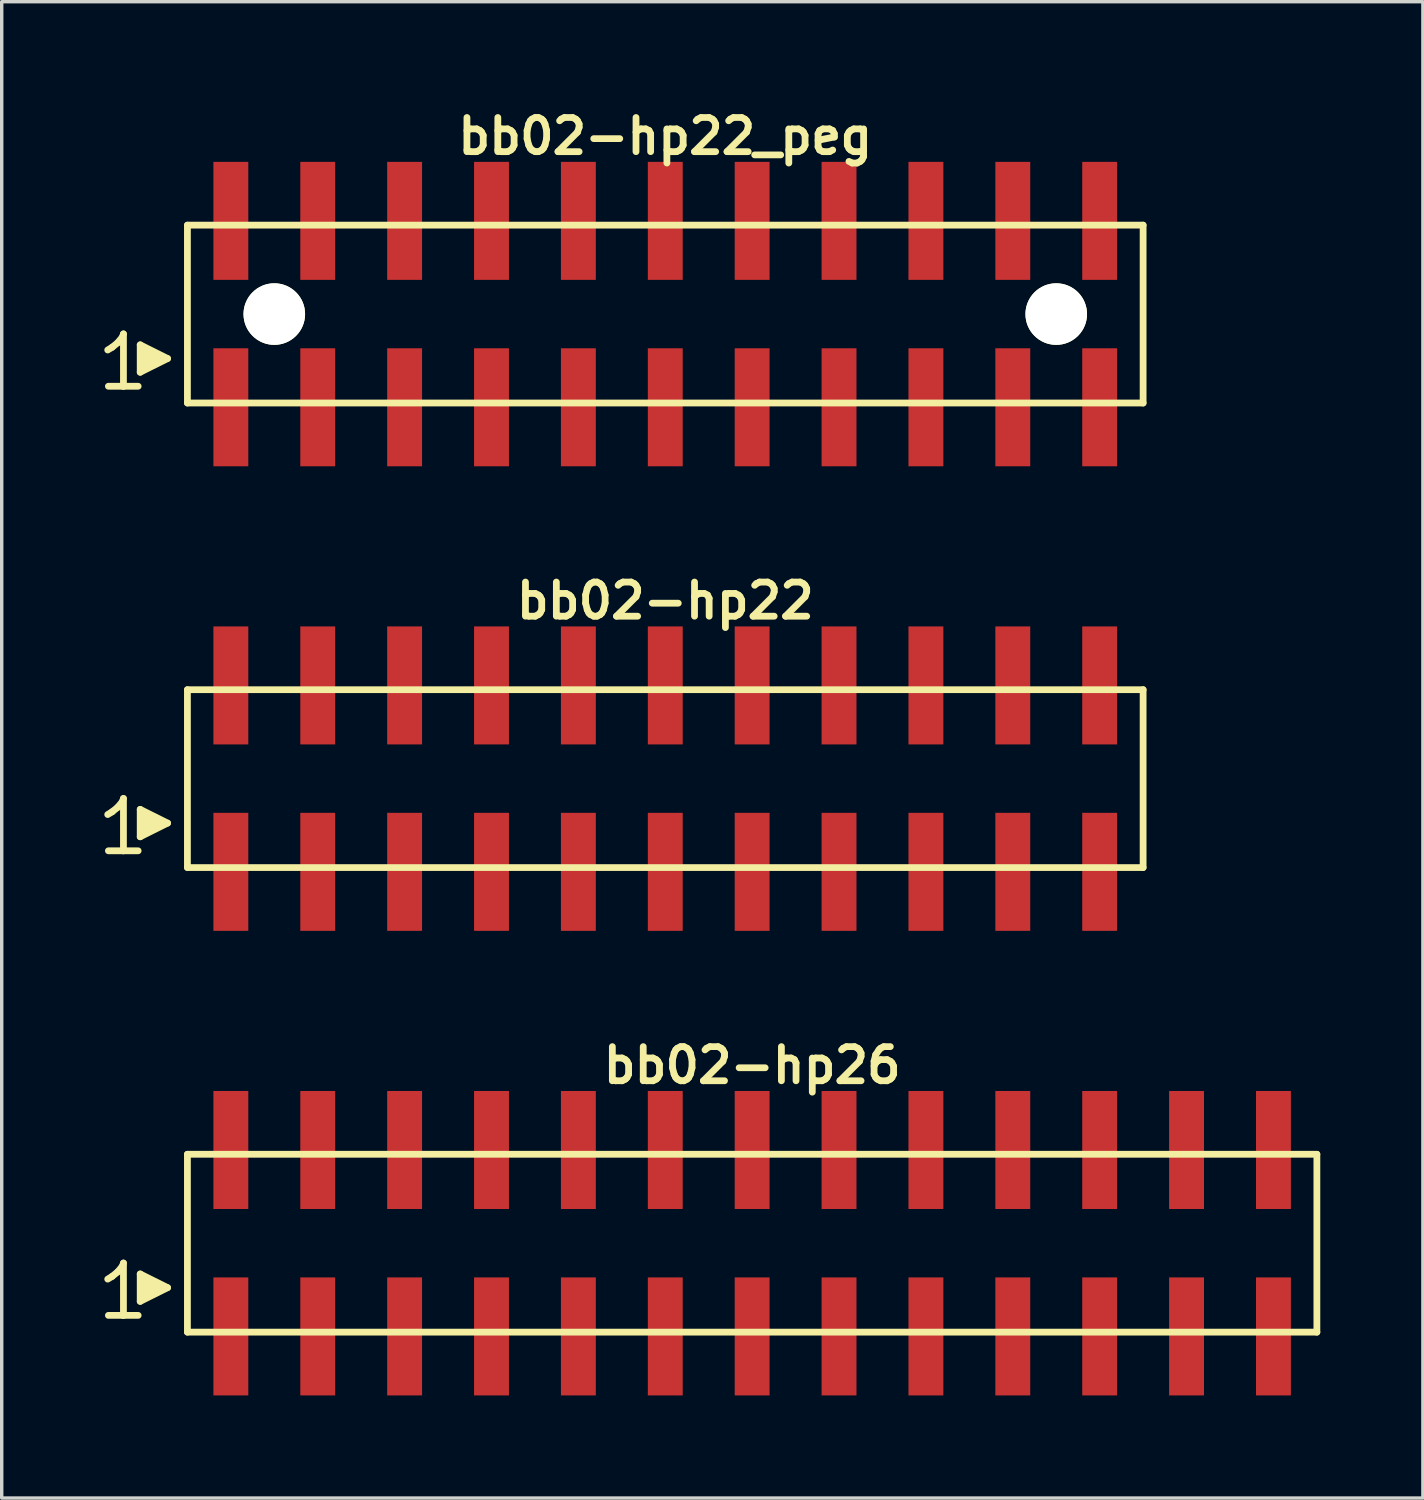
<source format=kicad_pcb>
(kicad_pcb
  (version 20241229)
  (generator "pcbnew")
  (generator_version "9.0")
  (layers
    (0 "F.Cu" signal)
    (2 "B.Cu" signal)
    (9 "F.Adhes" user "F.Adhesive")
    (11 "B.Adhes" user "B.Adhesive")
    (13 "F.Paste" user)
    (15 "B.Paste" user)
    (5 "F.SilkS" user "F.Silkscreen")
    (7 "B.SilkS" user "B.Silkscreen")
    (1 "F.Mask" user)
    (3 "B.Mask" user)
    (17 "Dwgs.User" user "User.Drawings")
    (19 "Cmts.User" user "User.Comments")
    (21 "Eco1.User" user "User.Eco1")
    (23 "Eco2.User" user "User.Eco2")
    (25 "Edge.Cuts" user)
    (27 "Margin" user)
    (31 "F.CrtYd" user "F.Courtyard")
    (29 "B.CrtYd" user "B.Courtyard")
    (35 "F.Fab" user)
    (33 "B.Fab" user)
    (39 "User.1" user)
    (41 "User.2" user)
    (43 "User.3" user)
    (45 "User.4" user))
  (footprint "bb02-hp22_peg"
    (layer "F.Cu")
    (at 16.399 6.132)
    (property "Reference" "bb02-hp22_peg" (at 0 -5.2 0) (layer "F.SilkS") (effects (font (size 0.998 0.998) (thickness 0.198))))
    (attr through_hole)
    (fp_line (start -16.3 1.05) (end -16.17 0.97) (stroke (width 0.198) (type solid)) (layer "F.SilkS"))
    (fp_line (start -16.17 0.97) (end -16.01 0.84) (stroke (width 0.198) (type solid)) (layer "F.SilkS"))
    (fp_line (start -16.01 0.84) (end -15.87 0.67) (stroke (width 0.198) (type solid)) (layer "F.SilkS"))
    (fp_line (start -15.87 0.67) (end -15.84 0.58) (stroke (width 0.198) (type solid)) (layer "F.SilkS"))
    (fp_line (start -15.84 0.58) (end -15.84 2.11) (stroke (width 0.198) (type solid)) (layer "F.SilkS"))
    (fp_line (start -15.84 2.11) (end -16.28 2.11) (stroke (width 0.198) (type solid)) (layer "F.SilkS"))
    (fp_line (start -15.41 2.11) (end -15.85 2.11) (stroke (width 0.198) (type solid)) (layer "F.SilkS"))
    (fp_line (start -15.35 0.9) (end -14.55 1.3) (stroke (width 0.198) (type solid)) (layer "F.SilkS"))
    (fp_line (start -15.35 1.7) (end -15.35 0.9) (stroke (width 0.198) (type solid)) (layer "F.SilkS"))
    (fp_line (start -15.25 1.6) (end -15.25 1) (stroke (width 0.198) (type solid)) (layer "F.SilkS"))
    (fp_line (start -15.15 1.1) (end -15.15 1.5) (stroke (width 0.198) (type solid)) (layer "F.SilkS"))
    (fp_line (start -15.05 1.5) (end -15.05 1.1) (stroke (width 0.198) (type solid)) (layer "F.SilkS"))
    (fp_line (start -14.95 1.2) (end -14.95 1.4) (stroke (width 0.198) (type solid)) (layer "F.SilkS"))
    (fp_line (start -14.85 1.4) (end -14.85 1.2) (stroke (width 0.198) (type solid)) (layer "F.SilkS"))
    (fp_line (start -14.55 1.3) (end -15.35 1.7) (stroke (width 0.198) (type solid)) (layer "F.SilkS"))
    (fp_line (start -13.97 -2.6) (end -13.97 2.6) (stroke (width 0.198) (type solid)) (layer "F.SilkS"))
    (fp_line (start -13.97 -2.6) (end 13.97 -2.6) (stroke (width 0.198) (type solid)) (layer "F.SilkS"))
    (fp_line (start 13.97 2.6) (end -13.97 2.6) (stroke (width 0.198) (type solid)) (layer "F.SilkS"))
    (fp_line (start 13.97 2.6) (end 13.97 -2.6) (stroke (width 0.198) (type solid)) (layer "F.SilkS"))
    (pad "" np_thru_hole circle (at -11.43 0) (size 1.8 1.8) (drill 1.8) (layers "*.Cu" "*.Mask" "F.SilkS"))
    (pad "" np_thru_hole circle (at 11.43 0) (size 1.8 1.8) (drill 1.8) (layers "*.Cu" "*.Mask" "F.SilkS"))
    (pad "1" smd rect (at -12.7 2.725) (size 1.02 3.45) (layers "F.Cu" "F.Mask" "F.Paste"))
    (pad "2" smd rect (at -12.7 -2.725) (size 1.02 3.45) (layers "F.Cu" "F.Mask" "F.Paste"))
    (pad "3" smd rect (at -10.16 2.725) (size 1.02 3.45) (layers "F.Cu" "F.Mask" "F.Paste"))
    (pad "4" smd rect (at -10.16 -2.725) (size 1.02 3.45) (layers "F.Cu" "F.Mask" "F.Paste"))
    (pad "5" smd rect (at -7.62 2.725) (size 1.02 3.45) (layers "F.Cu" "F.Mask" "F.Paste"))
    (pad "6" smd rect (at -7.62 -2.725) (size 1.02 3.45) (layers "F.Cu" "F.Mask" "F.Paste"))
    (pad "7" smd rect (at -5.08 2.725) (size 1.02 3.45) (layers "F.Cu" "F.Mask" "F.Paste"))
    (pad "8" smd rect (at -5.08 -2.725) (size 1.02 3.45) (layers "F.Cu" "F.Mask" "F.Paste"))
    (pad "9" smd rect (at -2.54 2.725) (size 1.02 3.45) (layers "F.Cu" "F.Mask" "F.Paste"))
    (pad "10" smd rect (at -2.54 -2.725) (size 1.02 3.45) (layers "F.Cu" "F.Mask" "F.Paste"))
    (pad "11" smd rect (at 0 2.725) (size 1.02 3.45) (layers "F.Cu" "F.Mask" "F.Paste"))
    (pad "12" smd rect (at 0 -2.725) (size 1.02 3.45) (layers "F.Cu" "F.Mask" "F.Paste"))
    (pad "13" smd rect (at 2.54 2.725) (size 1.02 3.45) (layers "F.Cu" "F.Mask" "F.Paste"))
    (pad "14" smd rect (at 2.54 -2.725) (size 1.02 3.45) (layers "F.Cu" "F.Mask" "F.Paste"))
    (pad "15" smd rect (at 5.08 2.725) (size 1.02 3.45) (layers "F.Cu" "F.Mask" "F.Paste"))
    (pad "16" smd rect (at 5.08 -2.725) (size 1.02 3.45) (layers "F.Cu" "F.Mask" "F.Paste"))
    (pad "17" smd rect (at 7.62 2.725) (size 1.02 3.45) (layers "F.Cu" "F.Mask" "F.Paste"))
    (pad "18" smd rect (at 7.62 -2.725) (size 1.02 3.45) (layers "F.Cu" "F.Mask" "F.Paste"))
    (pad "19" smd rect (at 10.16 2.725) (size 1.02 3.45) (layers "F.Cu" "F.Mask" "F.Paste"))
    (pad "20" smd rect (at 10.16 -2.725) (size 1.02 3.45) (layers "F.Cu" "F.Mask" "F.Paste"))
    (pad "21" smd rect (at 12.7 2.725) (size 1.02 3.45) (layers "F.Cu" "F.Mask" "F.Paste"))
    (pad "22" smd rect (at 12.7 -2.725) (size 1.02 3.45) (layers "F.Cu" "F.Mask" "F.Paste")))
  (footprint "bb02-hp26"
    (layer "F.Cu")
    (at 18.939 33.295)
    (property "Reference" "bb02-hp26" (at 0 -5.2 0) (layer "F.SilkS") (effects (font (size 0.998 0.998) (thickness 0.198))))
    (attr through_hole)
    (fp_line (start -18.84 1.05) (end -18.71 0.97) (stroke (width 0.198) (type solid)) (layer "F.SilkS"))
    (fp_line (start -18.71 0.97) (end -18.55 0.84) (stroke (width 0.198) (type solid)) (layer "F.SilkS"))
    (fp_line (start -18.55 0.84) (end -18.41 0.67) (stroke (width 0.198) (type solid)) (layer "F.SilkS"))
    (fp_line (start -18.41 0.67) (end -18.38 0.58) (stroke (width 0.198) (type solid)) (layer "F.SilkS"))
    (fp_line (start -18.38 0.58) (end -18.38 2.11) (stroke (width 0.198) (type solid)) (layer "F.SilkS"))
    (fp_line (start -18.38 2.11) (end -18.82 2.11) (stroke (width 0.198) (type solid)) (layer "F.SilkS"))
    (fp_line (start -17.95 2.11) (end -18.39 2.11) (stroke (width 0.198) (type solid)) (layer "F.SilkS"))
    (fp_line (start -17.89 0.9) (end -17.09 1.3) (stroke (width 0.198) (type solid)) (layer "F.SilkS"))
    (fp_line (start -17.89 1.7) (end -17.89 0.9) (stroke (width 0.198) (type solid)) (layer "F.SilkS"))
    (fp_line (start -17.79 1.6) (end -17.79 1) (stroke (width 0.198) (type solid)) (layer "F.SilkS"))
    (fp_line (start -17.69 1.1) (end -17.69 1.5) (stroke (width 0.198) (type solid)) (layer "F.SilkS"))
    (fp_line (start -17.59 1.5) (end -17.59 1.1) (stroke (width 0.198) (type solid)) (layer "F.SilkS"))
    (fp_line (start -17.49 1.2) (end -17.49 1.4) (stroke (width 0.198) (type solid)) (layer "F.SilkS"))
    (fp_line (start -17.39 1.4) (end -17.39 1.2) (stroke (width 0.198) (type solid)) (layer "F.SilkS"))
    (fp_line (start -17.09 1.3) (end -17.89 1.7) (stroke (width 0.198) (type solid)) (layer "F.SilkS"))
    (fp_line (start -16.51 -2.6) (end -16.51 2.6) (stroke (width 0.198) (type solid)) (layer "F.SilkS"))
    (fp_line (start -16.51 -2.6) (end 16.51 -2.6) (stroke (width 0.198) (type solid)) (layer "F.SilkS"))
    (fp_line (start 16.51 2.6) (end -16.51 2.6) (stroke (width 0.198) (type solid)) (layer "F.SilkS"))
    (fp_line (start 16.51 2.6) (end 16.51 -2.6) (stroke (width 0.198) (type solid)) (layer "F.SilkS"))
    (pad "1" smd rect (at -15.24 2.725) (size 1.02 3.45) (layers "F.Cu" "F.Mask" "F.Paste"))
    (pad "2" smd rect (at -15.24 -2.725) (size 1.02 3.45) (layers "F.Cu" "F.Mask" "F.Paste"))
    (pad "3" smd rect (at -12.7 2.725) (size 1.02 3.45) (layers "F.Cu" "F.Mask" "F.Paste"))
    (pad "4" smd rect (at -12.7 -2.725) (size 1.02 3.45) (layers "F.Cu" "F.Mask" "F.Paste"))
    (pad "5" smd rect (at -10.16 2.725) (size 1.02 3.45) (layers "F.Cu" "F.Mask" "F.Paste"))
    (pad "6" smd rect (at -10.16 -2.725) (size 1.02 3.45) (layers "F.Cu" "F.Mask" "F.Paste"))
    (pad "7" smd rect (at -7.62 2.725) (size 1.02 3.45) (layers "F.Cu" "F.Mask" "F.Paste"))
    (pad "8" smd rect (at -7.62 -2.725) (size 1.02 3.45) (layers "F.Cu" "F.Mask" "F.Paste"))
    (pad "9" smd rect (at -5.08 2.725) (size 1.02 3.45) (layers "F.Cu" "F.Mask" "F.Paste"))
    (pad "10" smd rect (at -5.08 -2.725) (size 1.02 3.45) (layers "F.Cu" "F.Mask" "F.Paste"))
    (pad "11" smd rect (at -2.54 2.725) (size 1.02 3.45) (layers "F.Cu" "F.Mask" "F.Paste"))
    (pad "12" smd rect (at -2.54 -2.725) (size 1.02 3.45) (layers "F.Cu" "F.Mask" "F.Paste"))
    (pad "13" smd rect (at 0 2.725) (size 1.02 3.45) (layers "F.Cu" "F.Mask" "F.Paste"))
    (pad "14" smd rect (at 0 -2.725) (size 1.02 3.45) (layers "F.Cu" "F.Mask" "F.Paste"))
    (pad "15" smd rect (at 2.54 2.725) (size 1.02 3.45) (layers "F.Cu" "F.Mask" "F.Paste"))
    (pad "16" smd rect (at 2.54 -2.725) (size 1.02 3.45) (layers "F.Cu" "F.Mask" "F.Paste"))
    (pad "17" smd rect (at 5.08 2.725) (size 1.02 3.45) (layers "F.Cu" "F.Mask" "F.Paste"))
    (pad "18" smd rect (at 5.08 -2.725) (size 1.02 3.45) (layers "F.Cu" "F.Mask" "F.Paste"))
    (pad "19" smd rect (at 7.62 2.725) (size 1.02 3.45) (layers "F.Cu" "F.Mask" "F.Paste"))
    (pad "20" smd rect (at 7.62 -2.725) (size 1.02 3.45) (layers "F.Cu" "F.Mask" "F.Paste"))
    (pad "21" smd rect (at 10.16 2.725) (size 1.02 3.45) (layers "F.Cu" "F.Mask" "F.Paste"))
    (pad "22" smd rect (at 10.16 -2.725) (size 1.02 3.45) (layers "F.Cu" "F.Mask" "F.Paste"))
    (pad "23" smd rect (at 12.7 2.725) (size 1.02 3.45) (layers "F.Cu" "F.Mask" "F.Paste"))
    (pad "24" smd rect (at 12.7 -2.725) (size 1.02 3.45) (layers "F.Cu" "F.Mask" "F.Paste"))
    (pad "25" smd rect (at 15.24 2.725) (size 1.02 3.45) (layers "F.Cu" "F.Mask" "F.Paste"))
    (pad "26" smd rect (at 15.24 -2.725) (size 1.02 3.45) (layers "F.Cu" "F.Mask" "F.Paste")))
  (footprint "bb02-hp22"
    (layer "F.Cu")
    (at 16.399 19.713)
    (property "Reference" "bb02-hp22" (at 0 -5.2 0) (layer "F.SilkS") (effects (font (size 0.998 0.998) (thickness 0.198))))
    (attr through_hole)
    (fp_line (start -16.3 1.05) (end -16.17 0.97) (stroke (width 0.198) (type solid)) (layer "F.SilkS"))
    (fp_line (start -16.17 0.97) (end -16.01 0.84) (stroke (width 0.198) (type solid)) (layer "F.SilkS"))
    (fp_line (start -16.01 0.84) (end -15.87 0.67) (stroke (width 0.198) (type solid)) (layer "F.SilkS"))
    (fp_line (start -15.87 0.67) (end -15.84 0.58) (stroke (width 0.198) (type solid)) (layer "F.SilkS"))
    (fp_line (start -15.84 0.58) (end -15.84 2.11) (stroke (width 0.198) (type solid)) (layer "F.SilkS"))
    (fp_line (start -15.84 2.11) (end -16.28 2.11) (stroke (width 0.198) (type solid)) (layer "F.SilkS"))
    (fp_line (start -15.41 2.11) (end -15.85 2.11) (stroke (width 0.198) (type solid)) (layer "F.SilkS"))
    (fp_line (start -15.35 0.9) (end -14.55 1.3) (stroke (width 0.198) (type solid)) (layer "F.SilkS"))
    (fp_line (start -15.35 1.7) (end -15.35 0.9) (stroke (width 0.198) (type solid)) (layer "F.SilkS"))
    (fp_line (start -15.25 1.6) (end -15.25 1) (stroke (width 0.198) (type solid)) (layer "F.SilkS"))
    (fp_line (start -15.15 1.1) (end -15.15 1.5) (stroke (width 0.198) (type solid)) (layer "F.SilkS"))
    (fp_line (start -15.05 1.5) (end -15.05 1.1) (stroke (width 0.198) (type solid)) (layer "F.SilkS"))
    (fp_line (start -14.95 1.2) (end -14.95 1.4) (stroke (width 0.198) (type solid)) (layer "F.SilkS"))
    (fp_line (start -14.85 1.4) (end -14.85 1.2) (stroke (width 0.198) (type solid)) (layer "F.SilkS"))
    (fp_line (start -14.55 1.3) (end -15.35 1.7) (stroke (width 0.198) (type solid)) (layer "F.SilkS"))
    (fp_line (start -13.97 -2.6) (end -13.97 2.6) (stroke (width 0.198) (type solid)) (layer "F.SilkS"))
    (fp_line (start -13.97 -2.6) (end 13.97 -2.6) (stroke (width 0.198) (type solid)) (layer "F.SilkS"))
    (fp_line (start 13.97 2.6) (end -13.97 2.6) (stroke (width 0.198) (type solid)) (layer "F.SilkS"))
    (fp_line (start 13.97 2.6) (end 13.97 -2.6) (stroke (width 0.198) (type solid)) (layer "F.SilkS"))
    (pad "1" smd rect (at -12.7 2.725) (size 1.02 3.45) (layers "F.Cu" "F.Mask" "F.Paste"))
    (pad "2" smd rect (at -12.7 -2.725) (size 1.02 3.45) (layers "F.Cu" "F.Mask" "F.Paste"))
    (pad "3" smd rect (at -10.16 2.725) (size 1.02 3.45) (layers "F.Cu" "F.Mask" "F.Paste"))
    (pad "4" smd rect (at -10.16 -2.725) (size 1.02 3.45) (layers "F.Cu" "F.Mask" "F.Paste"))
    (pad "5" smd rect (at -7.62 2.725) (size 1.02 3.45) (layers "F.Cu" "F.Mask" "F.Paste"))
    (pad "6" smd rect (at -7.62 -2.725) (size 1.02 3.45) (layers "F.Cu" "F.Mask" "F.Paste"))
    (pad "7" smd rect (at -5.08 2.725) (size 1.02 3.45) (layers "F.Cu" "F.Mask" "F.Paste"))
    (pad "8" smd rect (at -5.08 -2.725) (size 1.02 3.45) (layers "F.Cu" "F.Mask" "F.Paste"))
    (pad "9" smd rect (at -2.54 2.725) (size 1.02 3.45) (layers "F.Cu" "F.Mask" "F.Paste"))
    (pad "10" smd rect (at -2.54 -2.725) (size 1.02 3.45) (layers "F.Cu" "F.Mask" "F.Paste"))
    (pad "11" smd rect (at 0 2.725) (size 1.02 3.45) (layers "F.Cu" "F.Mask" "F.Paste"))
    (pad "12" smd rect (at 0 -2.725) (size 1.02 3.45) (layers "F.Cu" "F.Mask" "F.Paste"))
    (pad "13" smd rect (at 2.54 2.725) (size 1.02 3.45) (layers "F.Cu" "F.Mask" "F.Paste"))
    (pad "14" smd rect (at 2.54 -2.725) (size 1.02 3.45) (layers "F.Cu" "F.Mask" "F.Paste"))
    (pad "15" smd rect (at 5.08 2.725) (size 1.02 3.45) (layers "F.Cu" "F.Mask" "F.Paste"))
    (pad "16" smd rect (at 5.08 -2.725) (size 1.02 3.45) (layers "F.Cu" "F.Mask" "F.Paste"))
    (pad "17" smd rect (at 7.62 2.725) (size 1.02 3.45) (layers "F.Cu" "F.Mask" "F.Paste"))
    (pad "18" smd rect (at 7.62 -2.725) (size 1.02 3.45) (layers "F.Cu" "F.Mask" "F.Paste"))
    (pad "19" smd rect (at 10.16 2.725) (size 1.02 3.45) (layers "F.Cu" "F.Mask" "F.Paste"))
    (pad "20" smd rect (at 10.16 -2.725) (size 1.02 3.45) (layers "F.Cu" "F.Mask" "F.Paste"))
    (pad "21" smd rect (at 12.7 2.725) (size 1.02 3.45) (layers "F.Cu" "F.Mask" "F.Paste"))
    (pad "22" smd rect (at 12.7 -2.725) (size 1.02 3.45) (layers "F.Cu" "F.Mask" "F.Paste")))
  (gr_rect
    (start -3 -3)
    (end 38.548 40.745)
    (stroke (width 0.1) (type default))
    (fill no)
    (layer "Edge.Cuts")))
</source>
